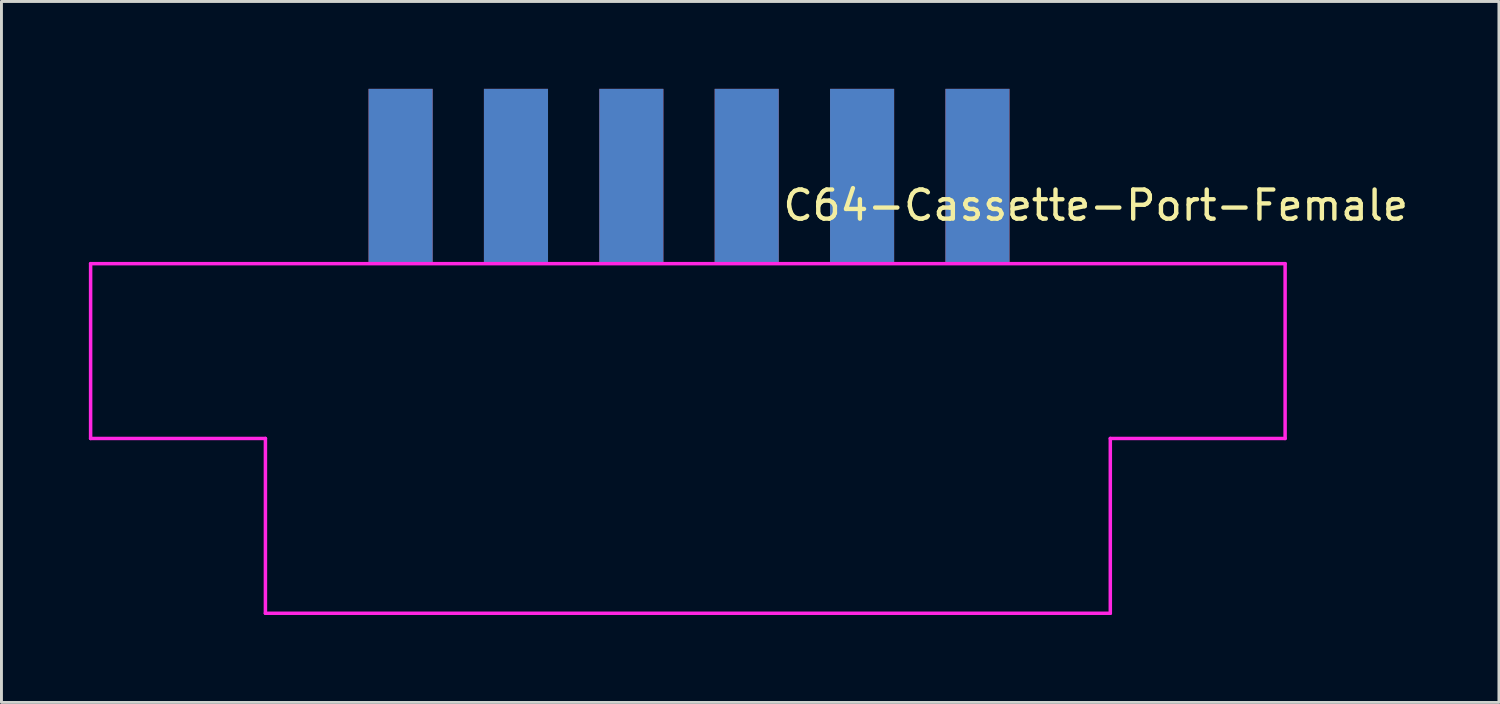
<source format=kicad_pcb>
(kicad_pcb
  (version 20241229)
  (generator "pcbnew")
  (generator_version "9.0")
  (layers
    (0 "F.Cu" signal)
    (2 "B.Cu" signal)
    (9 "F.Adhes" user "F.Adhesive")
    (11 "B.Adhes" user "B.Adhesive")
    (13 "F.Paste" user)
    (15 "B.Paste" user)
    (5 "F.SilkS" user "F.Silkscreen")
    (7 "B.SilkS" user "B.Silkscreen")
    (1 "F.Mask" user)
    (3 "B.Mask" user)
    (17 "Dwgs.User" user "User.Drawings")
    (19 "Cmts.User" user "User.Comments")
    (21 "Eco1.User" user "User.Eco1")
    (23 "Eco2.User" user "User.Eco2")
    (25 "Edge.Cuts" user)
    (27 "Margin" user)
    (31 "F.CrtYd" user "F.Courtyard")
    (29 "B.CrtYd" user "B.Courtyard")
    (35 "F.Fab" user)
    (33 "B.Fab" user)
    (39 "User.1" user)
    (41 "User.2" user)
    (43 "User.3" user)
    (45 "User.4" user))
  (footprint "C64-Cassette-Port-Female"
    (layer "F.Cu")
    (at 20.06 6)
    (property "Reference" "C64-Cassette-Port-Female" (at 14.5 -2 0) (layer "F.SilkS") (effects (font (size 1 1) (thickness 0.15))))
    (attr through_hole)
    (fp_line (start -20 0) (end -20 6) (stroke (width 0.12) (type solid)) (layer "F.CrtYd"))
    (fp_line (start -20 0) (end 21 0) (stroke (width 0.12) (type solid)) (layer "F.CrtYd"))
    (fp_line (start -20 6) (end -14 6) (stroke (width 0.12) (type solid)) (layer "F.CrtYd"))
    (fp_line (start -14 6) (end -14 12) (stroke (width 0.12) (type solid)) (layer "F.CrtYd"))
    (fp_line (start 15 6) (end 15 12) (stroke (width 0.12) (type solid)) (layer "F.CrtYd"))
    (fp_line (start 15 12) (end -14 12) (stroke (width 0.12) (type solid)) (layer "F.CrtYd"))
    (fp_line (start 21 0) (end 21 6) (stroke (width 0.12) (type solid)) (layer "F.CrtYd"))
    (fp_line (start 21 6) (end 15 6) (stroke (width 0.12) (type solid)) (layer "F.CrtYd"))
    (pad "1" smd rect (at 10.44 -3) (size 2.2 6) (layers "F.Cu" "F.Mask" "F.Paste"))
    (pad "1" smd rect (at 10.44 -3) (size 2.2 6) (layers "B.Cu" "B.Mask" "B.Paste"))
    (pad "2" smd rect (at 6.48 -3) (size 2.2 6) (layers "F.Cu" "F.Mask" "F.Paste"))
    (pad "2" smd rect (at 6.48 -3) (size 2.2 6) (layers "B.Cu" "B.Mask" "B.Paste"))
    (pad "3" smd rect (at 2.52 -3) (size 2.2 6) (layers "F.Cu" "F.Mask" "F.Paste"))
    (pad "3" smd rect (at 2.52 -3) (size 2.2 6) (layers "B.Cu" "B.Mask" "B.Paste"))
    (pad "4" smd rect (at -1.44 -3) (size 2.2 6) (layers "F.Cu" "F.Mask" "F.Paste"))
    (pad "4" smd rect (at -1.44 -3) (size 2.2 6) (layers "B.Cu" "B.Mask" "B.Paste"))
    (pad "5" smd rect (at -5.4 -3) (size 2.2 6) (layers "F.Cu" "F.Mask" "F.Paste"))
    (pad "5" smd rect (at -5.4 -3) (size 2.2 6) (layers "B.Cu" "B.Mask" "B.Paste"))
    (pad "6" smd rect (at -9.36 -3) (size 2.2 6) (layers "F.Cu" "F.Mask" "F.Paste"))
    (pad "6" smd rect (at -9.36 -3) (size 2.2 6) (layers "B.Cu" "B.Mask" "B.Paste")))
  (gr_rect
    (start -3 -3)
    (end 48.399 21.06)
    (stroke (width 0.1) (type default))
    (fill no)
    (layer "Edge.Cuts")))
</source>
